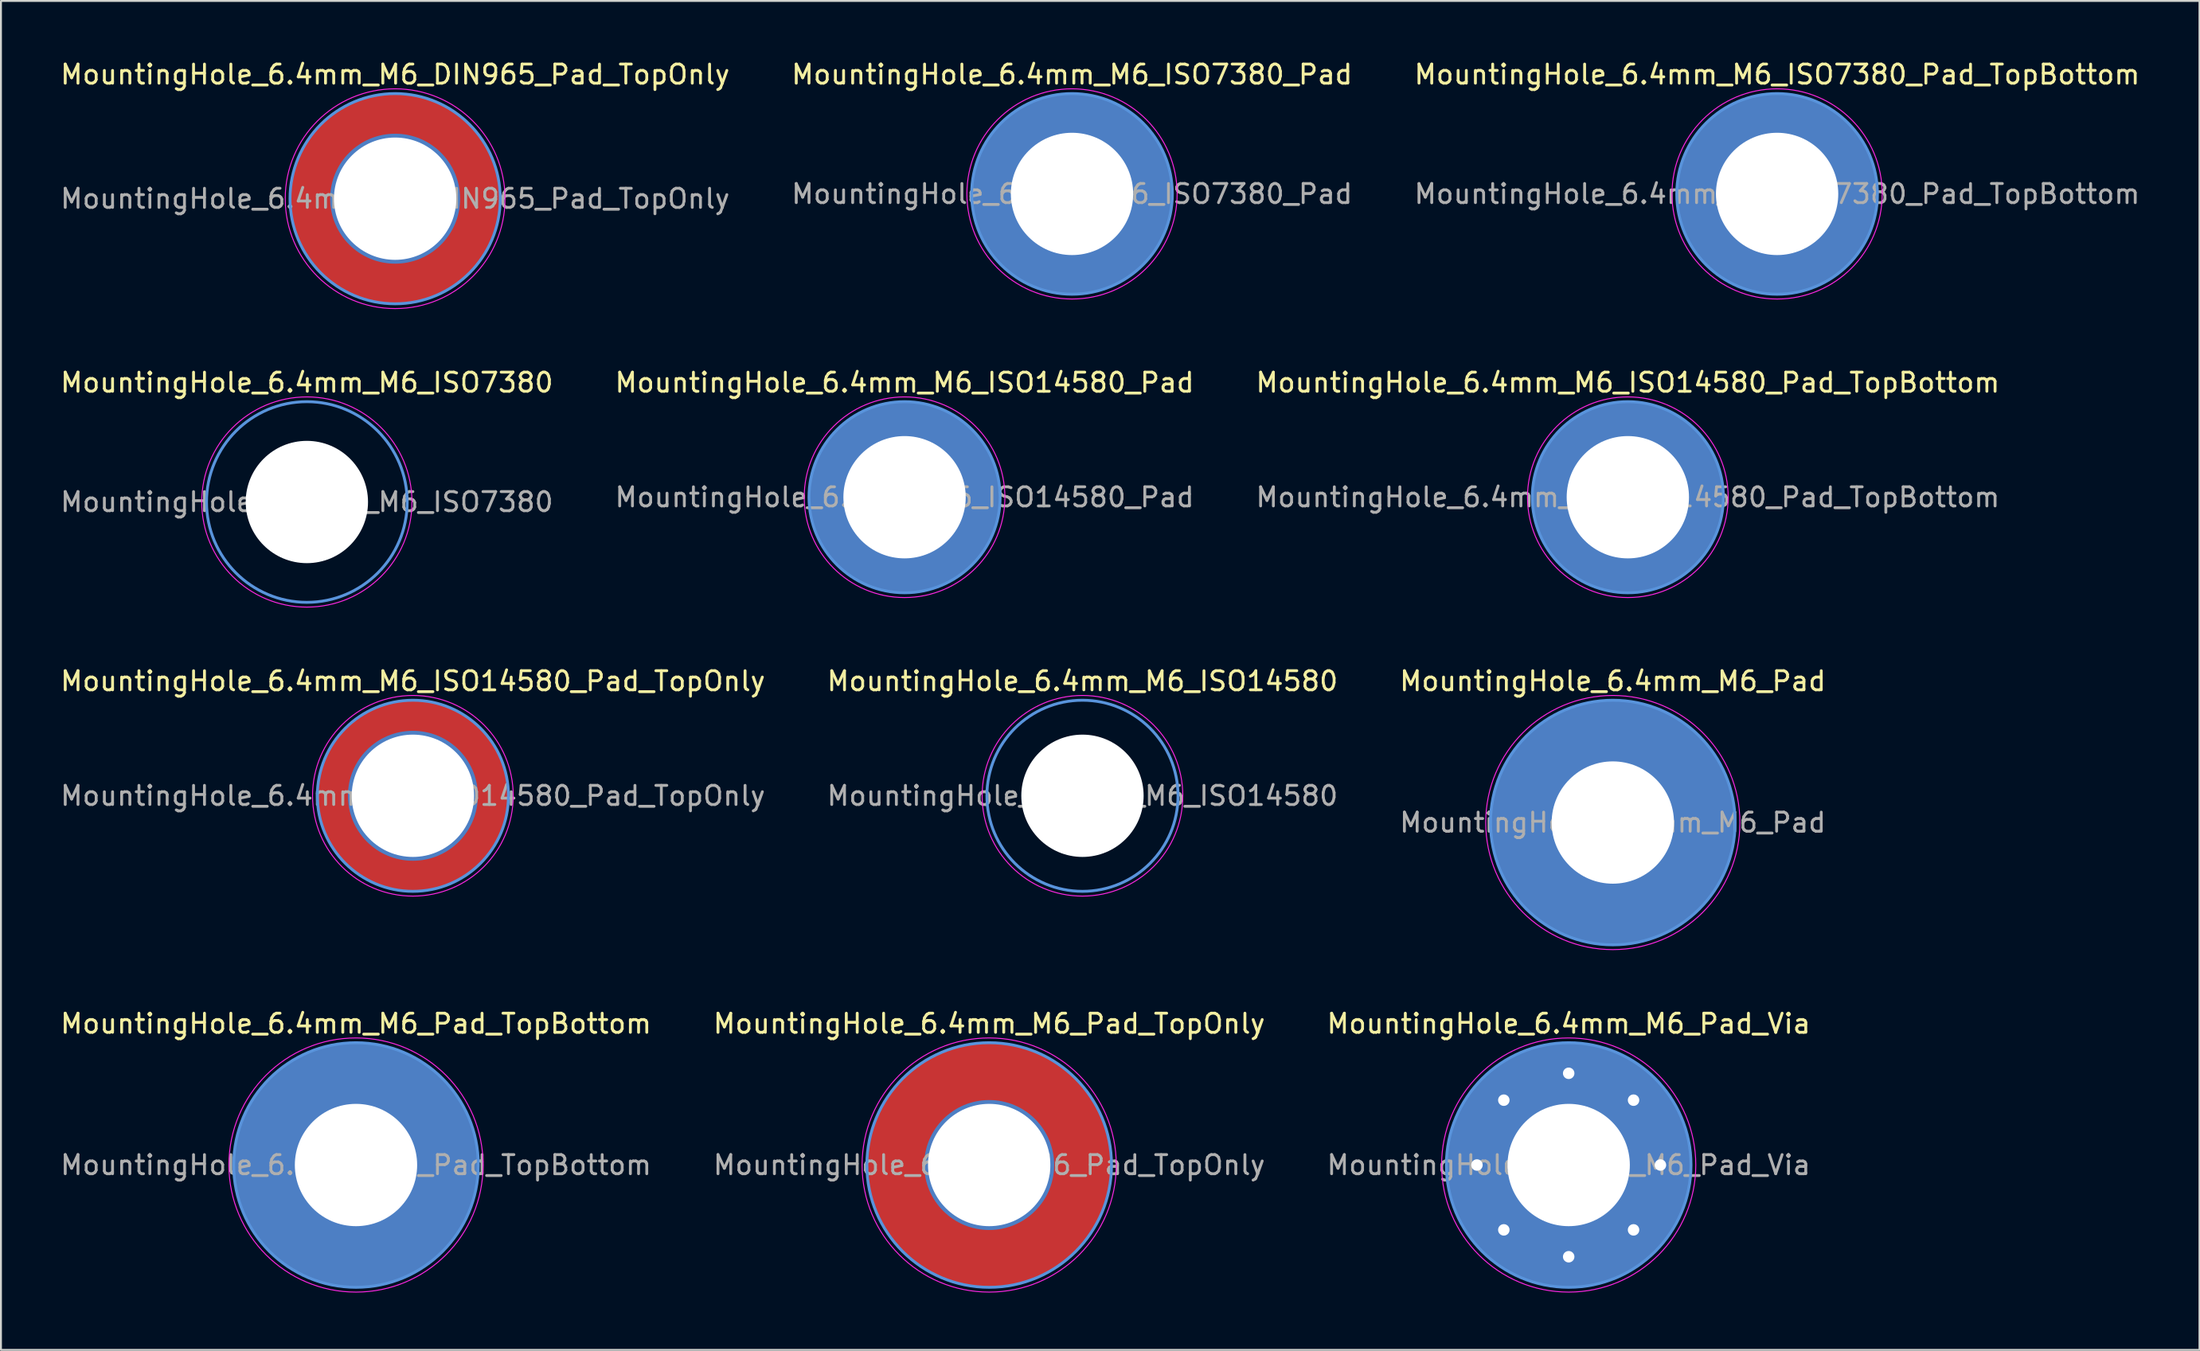
<source format=kicad_pcb>
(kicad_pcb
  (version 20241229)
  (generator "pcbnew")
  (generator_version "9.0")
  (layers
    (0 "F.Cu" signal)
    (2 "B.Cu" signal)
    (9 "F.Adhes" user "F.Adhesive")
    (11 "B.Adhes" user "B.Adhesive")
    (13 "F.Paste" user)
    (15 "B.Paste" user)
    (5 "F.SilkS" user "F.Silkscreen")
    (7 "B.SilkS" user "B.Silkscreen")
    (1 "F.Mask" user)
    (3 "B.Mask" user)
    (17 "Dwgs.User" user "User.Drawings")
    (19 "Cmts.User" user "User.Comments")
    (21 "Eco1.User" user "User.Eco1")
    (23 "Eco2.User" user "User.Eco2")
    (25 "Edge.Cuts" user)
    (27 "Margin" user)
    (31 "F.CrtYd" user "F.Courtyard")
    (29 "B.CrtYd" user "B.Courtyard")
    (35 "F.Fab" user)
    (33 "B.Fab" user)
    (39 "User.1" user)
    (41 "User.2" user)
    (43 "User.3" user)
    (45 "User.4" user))
  (footprint "MountingHole_6.4mm_M6_DIN965_Pad_TopOnly"
    (layer "F.Cu")
    (at 17.625 7.348)
    (property "Reference" "MountingHole_6.4mm_M6_DIN965_Pad_TopOnly" (at 0 -6.5 0) (layer "F.SilkS") (effects (font (size 1 1) (thickness 0.15))))
    (attr exclude_from_pos_files exclude_from_bom)
    (fp_circle (center 0 0) (end 5.5 0) (stroke (width 0.15) (type solid)) (fill no) (layer "Cmts.User"))
    (fp_circle (center 0 0) (end 5.75 0) (stroke (width 0.05) (type solid)) (fill no) (layer "F.CrtYd"))
    (fp_text user "${REFERENCE}" (at 0 0 0) (layer "F.Fab") (effects (font (size 1 1) (thickness 0.15))))
    (pad "1" thru_hole circle (at 0 0) (size 6.8 6.8) (drill 6.4) (layers "*.Cu" "*.Mask"))
    (pad "1" connect circle (at 0 0) (size 11 11) (layers "F.Cu" "F.Mask")))
  (footprint "MountingHole_6.4mm_M6_Pad_TopBottom"
    (layer "F.Cu")
    (at 15.577 57.918)
    (property "Reference" "MountingHole_6.4mm_M6_Pad_TopBottom" (at 0 -7.4 0) (layer "F.SilkS") (effects (font (size 1 1) (thickness 0.15))))
    (attr exclude_from_pos_files exclude_from_bom)
    (fp_circle (center 0 0) (end 6.4 0) (stroke (width 0.15) (type solid)) (fill no) (layer "Cmts.User"))
    (fp_circle (center 0 0) (end 6.65 0) (stroke (width 0.05) (type solid)) (fill no) (layer "F.CrtYd"))
    (fp_text user "${REFERENCE}" (at 0 0 0) (layer "F.Fab") (effects (font (size 1 1) (thickness 0.15))))
    (pad "1" thru_hole circle (at 0 0) (size 6.8 6.8) (drill 6.4) (layers "*.Cu" "*.Mask"))
    (pad "1" connect circle (at 0 0) (size 12.8 12.8) (layers "F.Cu" "F.Mask"))
    (pad "1" connect circle (at 0 0) (size 12.8 12.8) (layers "B.Cu" "B.Mask")))
  (footprint "MountingHole_6.4mm_M6_Pad_Via"
    (layer "F.Cu")
    (at 79.03 57.918)
    (property "Reference" "MountingHole_6.4mm_M6_Pad_Via" (at 0 -7.4 0) (layer "F.SilkS") (effects (font (size 1 1) (thickness 0.15))))
    (attr exclude_from_pos_files exclude_from_bom)
    (fp_circle (center 0 0) (end 6.4 0) (stroke (width 0.15) (type solid)) (fill no) (layer "Cmts.User"))
    (fp_circle (center 0 0) (end 6.65 0) (stroke (width 0.05) (type solid)) (fill no) (layer "F.CrtYd"))
    (fp_text user "${REFERENCE}" (at 0 0 0) (layer "F.Fab") (effects (font (size 1 1) (thickness 0.15))))
    (pad "1" thru_hole circle (at -4.8 0) (size 0.9 0.9) (drill 0.6) (layers "*.Cu" "*.Mask"))
    (pad "1" thru_hole circle (at -3.394 -3.394) (size 0.9 0.9) (drill 0.6) (layers "*.Cu" "*.Mask"))
    (pad "1" thru_hole circle (at -3.394 3.394) (size 0.9 0.9) (drill 0.6) (layers "*.Cu" "*.Mask"))
    (pad "1" thru_hole circle (at 0 -4.8) (size 0.9 0.9) (drill 0.6) (layers "*.Cu" "*.Mask"))
    (pad "1" thru_hole circle (at 0 0) (size 12.8 12.8) (drill 6.4) (layers "*.Cu" "*.Mask"))
    (pad "1" thru_hole circle (at 0 4.8) (size 0.9 0.9) (drill 0.6) (layers "*.Cu" "*.Mask"))
    (pad "1" thru_hole circle (at 3.394 -3.394) (size 0.9 0.9) (drill 0.6) (layers "*.Cu" "*.Mask"))
    (pad "1" thru_hole circle (at 3.394 3.394) (size 0.9 0.9) (drill 0.6) (layers "*.Cu" "*.Mask"))
    (pad "1" thru_hole circle (at 4.8 0) (size 0.9 0.9) (drill 0.6) (layers "*.Cu" "*.Mask")))
  (footprint "MountingHole_6.4mm_M6_ISO14580"
    (layer "F.Cu")
    (at 53.589 38.595)
    (property "Reference" "MountingHole_6.4mm_M6_ISO14580" (at 0 -6 0) (layer "F.SilkS") (effects (font (size 1 1) (thickness 0.15))))
    (attr exclude_from_pos_files exclude_from_bom)
    (fp_circle (center 0 0) (end 5 0) (stroke (width 0.15) (type solid)) (fill no) (layer "Cmts.User"))
    (fp_circle (center 0 0) (end 5.25 0) (stroke (width 0.05) (type solid)) (fill no) (layer "F.CrtYd"))
    (fp_text user "${REFERENCE}" (at 0 0 0) (layer "F.Fab") (effects (font (size 1 1) (thickness 0.15))))
    (pad "" np_thru_hole circle (at 0 0) (size 6.4 6.4) (drill 6.4) (layers "*.Cu" "*.Mask")))
  (footprint "MountingHole_6.4mm_M6_ISO7380_Pad"
    (layer "F.Cu")
    (at 53.042 7.098)
    (property "Reference" "MountingHole_6.4mm_M6_ISO7380_Pad" (at 0 -6.25 0) (layer "F.SilkS") (effects (font (size 1 1) (thickness 0.15))))
    (attr through_hole exclude_from_pos_files exclude_from_bom)
    (fp_circle (center 0 0) (end 5.25 0) (stroke (width 0.15) (type solid)) (fill no) (layer "Cmts.User"))
    (fp_circle (center 0 0) (end 5.5 0) (stroke (width 0.05) (type solid)) (fill no) (layer "F.CrtYd"))
    (fp_text user "${REFERENCE}" (at 0 0 0) (layer "F.Fab") (effects (font (size 1 1) (thickness 0.15))))
    (pad "" thru_hole circle (at 0 0) (size 10.5 10.5) (drill 6.4) (layers "*.Cu" "*.Mask")))
  (footprint "MountingHole_6.4mm_M6_ISO7380_Pad_TopBottom"
    (layer "F.Cu")
    (at 89.935 7.098)
    (property "Reference" "MountingHole_6.4mm_M6_ISO7380_Pad_TopBottom" (at 0 -6.25 0) (layer "F.SilkS") (effects (font (size 1 1) (thickness 0.15))))
    (attr through_hole exclude_from_pos_files exclude_from_bom)
    (fp_circle (center 0 0) (end 5.25 0) (stroke (width 0.15) (type solid)) (fill no) (layer "Cmts.User"))
    (fp_circle (center 0 0) (end 5.5 0) (stroke (width 0.05) (type solid)) (fill no) (layer "F.CrtYd"))
    (fp_text user "${REFERENCE}" (at 0 0 0) (layer "F.Fab") (effects (font (size 1 1) (thickness 0.15))))
    (pad "" thru_hole circle (at 0 0) (size 6.8 6.8) (drill 6.4) (layers "*.Cu" "*.Mask"))
    (pad "" connect circle (at 0 0) (size 10.5 10.5) (layers "F.Cu" "F.Mask"))
    (pad "" connect circle (at 0 0) (size 10.5 10.5) (layers "B.Cu" "B.Mask")))
  (footprint "MountingHole_6.4mm_M6_ISO7380"
    (layer "F.Cu")
    (at 13.006 23.221)
    (property "Reference" "MountingHole_6.4mm_M6_ISO7380" (at 0 -6.25 0) (layer "F.SilkS") (effects (font (size 1 1) (thickness 0.15))))
    (attr exclude_from_pos_files exclude_from_bom)
    (fp_circle (center 0 0) (end 5.25 0) (stroke (width 0.15) (type solid)) (fill no) (layer "Cmts.User"))
    (fp_circle (center 0 0) (end 5.5 0) (stroke (width 0.05) (type solid)) (fill no) (layer "F.CrtYd"))
    (fp_text user "${REFERENCE}" (at 0 0 0) (layer "F.Fab") (effects (font (size 1 1) (thickness 0.15))))
    (pad "" np_thru_hole circle (at 0 0) (size 6.4 6.4) (drill 6.4) (layers "*.Cu" "*.Mask")))
  (footprint "MountingHole_6.4mm_M6_ISO14580_Pad_TopOnly"
    (layer "F.Cu")
    (at 18.554 38.595)
    (property "Reference" "MountingHole_6.4mm_M6_ISO14580_Pad_TopOnly" (at 0 -6 0) (layer "F.SilkS") (effects (font (size 1 1) (thickness 0.15))))
    (attr exclude_from_pos_files exclude_from_bom)
    (fp_circle (center 0 0) (end 5 0) (stroke (width 0.15) (type solid)) (fill no) (layer "Cmts.User"))
    (fp_circle (center 0 0) (end 5.25 0) (stroke (width 0.05) (type solid)) (fill no) (layer "F.CrtYd"))
    (fp_text user "${REFERENCE}" (at 0 0 0) (layer "F.Fab") (effects (font (size 1 1) (thickness 0.15))))
    (pad "" thru_hole circle (at 0 0) (size 6.8 6.8) (drill 6.4) (layers "*.Cu" "*.Mask"))
    (pad "" connect circle (at 0 0) (size 10 10) (layers "F.Cu" "F.Mask")))
  (footprint "MountingHole_6.4mm_M6_Pad_TopOnly"
    (layer "F.Cu")
    (at 48.708 57.918)
    (property "Reference" "MountingHole_6.4mm_M6_Pad_TopOnly" (at 0 -7.4 0) (layer "F.SilkS") (effects (font (size 1 1) (thickness 0.15))))
    (attr exclude_from_pos_files exclude_from_bom)
    (fp_circle (center 0 0) (end 6.4 0) (stroke (width 0.15) (type solid)) (fill no) (layer "Cmts.User"))
    (fp_circle (center 0 0) (end 6.65 0) (stroke (width 0.05) (type solid)) (fill no) (layer "F.CrtYd"))
    (fp_text user "${REFERENCE}" (at 0 0 0) (layer "F.Fab") (effects (font (size 1 1) (thickness 0.15))))
    (pad "1" thru_hole circle (at 0 0) (size 6.8 6.8) (drill 6.4) (layers "*.Cu" "*.Mask"))
    (pad "1" connect circle (at 0 0) (size 12.8 12.8) (layers "F.Cu" "F.Mask")))
  (footprint "MountingHole_6.4mm_M6_ISO14580_Pad_TopBottom"
    (layer "F.Cu")
    (at 82.125 22.971)
    (property "Reference" "MountingHole_6.4mm_M6_ISO14580_Pad_TopBottom" (at 0 -6 0) (layer "F.SilkS") (effects (font (size 1 1) (thickness 0.15))))
    (attr exclude_from_pos_files exclude_from_bom)
    (fp_circle (center 0 0) (end 5 0) (stroke (width 0.15) (type solid)) (fill no) (layer "Cmts.User"))
    (fp_circle (center 0 0) (end 5.25 0) (stroke (width 0.05) (type solid)) (fill no) (layer "F.CrtYd"))
    (fp_text user "${REFERENCE}" (at 0 0 0) (layer "F.Fab") (effects (font (size 1 1) (thickness 0.15))))
    (pad "" thru_hole circle (at 0 0) (size 6.8 6.8) (drill 6.4) (layers "*.Cu" "*.Mask"))
    (pad "" connect circle (at 0 0) (size 10 10) (layers "F.Cu" "F.Mask"))
    (pad "" connect circle (at 0 0) (size 10 10) (layers "B.Cu" "B.Mask")))
  (footprint "MountingHole_6.4mm_M6_Pad"
    (layer "F.Cu")
    (at 81.339 39.995)
    (property "Reference" "MountingHole_6.4mm_M6_Pad" (at 0 -7.4 0) (layer "F.SilkS") (effects (font (size 1 1) (thickness 0.15))))
    (attr exclude_from_pos_files exclude_from_bom)
    (fp_circle (center 0 0) (end 6.4 0) (stroke (width 0.15) (type solid)) (fill no) (layer "Cmts.User"))
    (fp_circle (center 0 0) (end 6.65 0) (stroke (width 0.05) (type solid)) (fill no) (layer "F.CrtYd"))
    (fp_text user "${REFERENCE}" (at 0 0 0) (layer "F.Fab") (effects (font (size 1 1) (thickness 0.15))))
    (pad "" thru_hole circle (at 0 0) (size 12.8 12.8) (drill 6.4) (layers "*.Cu" "*.Mask")))
  (footprint "MountingHole_6.4mm_M6_ISO14580_Pad"
    (layer "F.Cu")
    (at 44.28 22.971)
    (property "Reference" "MountingHole_6.4mm_M6_ISO14580_Pad" (at 0 -6 0) (layer "F.SilkS") (effects (font (size 1 1) (thickness 0.15))))
    (attr through_hole exclude_from_pos_files exclude_from_bom)
    (fp_circle (center 0 0) (end 5 0) (stroke (width 0.15) (type solid)) (fill no) (layer "Cmts.User"))
    (fp_circle (center 0 0) (end 5.25 0) (stroke (width 0.05) (type solid)) (fill no) (layer "F.CrtYd"))
    (fp_text user "${REFERENCE}" (at 0 0 0) (layer "F.Fab") (effects (font (size 1 1) (thickness 0.15))))
    (pad "" thru_hole circle (at 0 0) (size 10 10) (drill 6.4) (layers "*.Cu" "*.Mask")))
  (gr_rect
    (start -3 -3)
    (end 112.036 67.593)
    (stroke (width 0.1) (type default))
    (fill no)
    (layer "Edge.Cuts")))
</source>
